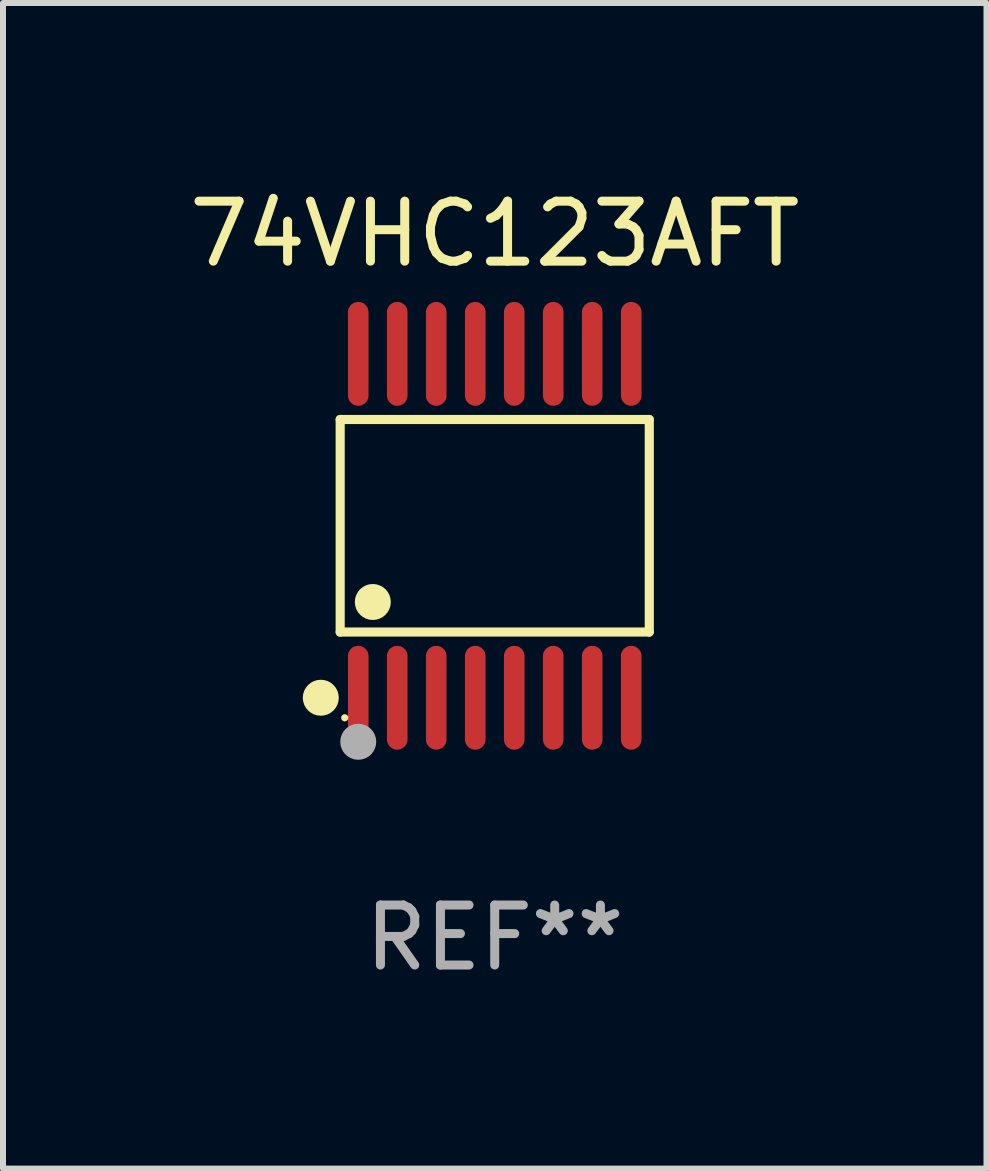
<source format=kicad_pcb>
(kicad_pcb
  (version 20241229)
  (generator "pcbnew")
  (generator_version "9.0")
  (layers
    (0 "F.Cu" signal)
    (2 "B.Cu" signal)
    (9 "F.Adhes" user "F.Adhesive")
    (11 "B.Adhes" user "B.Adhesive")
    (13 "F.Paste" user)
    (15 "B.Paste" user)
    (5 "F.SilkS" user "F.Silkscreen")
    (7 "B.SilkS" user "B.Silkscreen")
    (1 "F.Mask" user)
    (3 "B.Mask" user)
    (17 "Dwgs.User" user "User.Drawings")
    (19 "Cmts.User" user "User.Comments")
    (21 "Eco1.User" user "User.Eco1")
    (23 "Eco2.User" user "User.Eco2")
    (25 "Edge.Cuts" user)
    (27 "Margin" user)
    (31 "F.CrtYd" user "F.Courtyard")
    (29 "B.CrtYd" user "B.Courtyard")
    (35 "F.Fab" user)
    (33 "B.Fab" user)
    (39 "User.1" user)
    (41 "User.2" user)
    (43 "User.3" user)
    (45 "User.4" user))
  (footprint "74VHC123AFT"
    (layer "F.Cu")
    (at 5.196 5.714)
    (property "Reference" "74VHC123AFT" (at 0 -4.866 0) (layer "F.SilkS") (effects (font (size 1 1) (thickness 0.15))))
    (attr through_hole)
    (fp_line (start -2.576 -1.772) (end 2.576 -1.772) (stroke (width 0.152) (type solid)) (layer "F.SilkS"))
    (fp_line (start -2.576 1.771) (end -2.576 -1.772) (stroke (width 0.152) (type solid)) (layer "F.SilkS"))
    (fp_line (start 2.576 -1.772) (end 2.576 1.771) (stroke (width 0.152) (type solid)) (layer "F.SilkS"))
    (fp_line (start 2.576 1.771) (end -2.576 1.771) (stroke (width 0.152) (type solid)) (layer "F.SilkS"))
    (fp_circle (center -2.899 2.866) (end -2.749 2.866) (stroke (width 0.3) (type solid)) (fill no) (layer "F.SilkS"))
    (fp_circle (center -2.5 3.2) (end -2.47 3.2) (stroke (width 0.06) (type solid)) (fill no) (layer "F.SilkS"))
    (fp_circle (center -2.032 1.27) (end -1.882 1.27) (stroke (width 0.3) (type solid)) (fill no) (layer "F.SilkS"))
    (fp_circle (center -2.275 3.6) (end -2.125 3.6) (stroke (width 0.3) (type solid)) (fill no) (layer "F.Fab"))
    (fp_text user "REF**" (at 0 6.866 0) (layer "F.Fab") (effects (font (size 1 1) (thickness 0.15))))
    (pad "1" smd oval (at -2.275 2.866) (size 0.343 1.731) (layers "F.Cu" "F.Mask" "F.Paste"))
    (pad "2" smd oval (at -1.625 2.866) (size 0.343 1.731) (layers "F.Cu" "F.Mask" "F.Paste"))
    (pad "3" smd oval (at -0.975 2.866) (size 0.343 1.731) (layers "F.Cu" "F.Mask" "F.Paste"))
    (pad "4" smd oval (at -0.325 2.866) (size 0.343 1.731) (layers "F.Cu" "F.Mask" "F.Paste"))
    (pad "5" smd oval (at 0.325 2.866) (size 0.343 1.731) (layers "F.Cu" "F.Mask" "F.Paste"))
    (pad "6" smd oval (at 0.975 2.866) (size 0.343 1.731) (layers "F.Cu" "F.Mask" "F.Paste"))
    (pad "7" smd oval (at 1.625 2.866) (size 0.343 1.731) (layers "F.Cu" "F.Mask" "F.Paste"))
    (pad "8" smd oval (at 2.275 2.866) (size 0.343 1.731) (layers "F.Cu" "F.Mask" "F.Paste"))
    (pad "9" smd oval (at 2.275 -2.866) (size 0.343 1.731) (layers "F.Cu" "F.Mask" "F.Paste"))
    (pad "10" smd oval (at 1.625 -2.866) (size 0.343 1.731) (layers "F.Cu" "F.Mask" "F.Paste"))
    (pad "11" smd oval (at 0.975 -2.866) (size 0.343 1.731) (layers "F.Cu" "F.Mask" "F.Paste"))
    (pad "12" smd oval (at 0.325 -2.866) (size 0.343 1.731) (layers "F.Cu" "F.Mask" "F.Paste"))
    (pad "13" smd oval (at -0.325 -2.866) (size 0.343 1.731) (layers "F.Cu" "F.Mask" "F.Paste"))
    (pad "14" smd oval (at -0.975 -2.866) (size 0.343 1.731) (layers "F.Cu" "F.Mask" "F.Paste"))
    (pad "15" smd oval (at -1.625 -2.866) (size 0.343 1.731) (layers "F.Cu" "F.Mask" "F.Paste"))
    (pad "16" smd oval (at -2.275 -2.866) (size 0.343 1.731) (layers "F.Cu" "F.Mask" "F.Paste")))
  (gr_rect
    (start -3 -3)
    (end 13.393 16.428)
    (stroke (width 0.1) (type default))
    (fill no)
    (layer "Edge.Cuts")))
</source>
